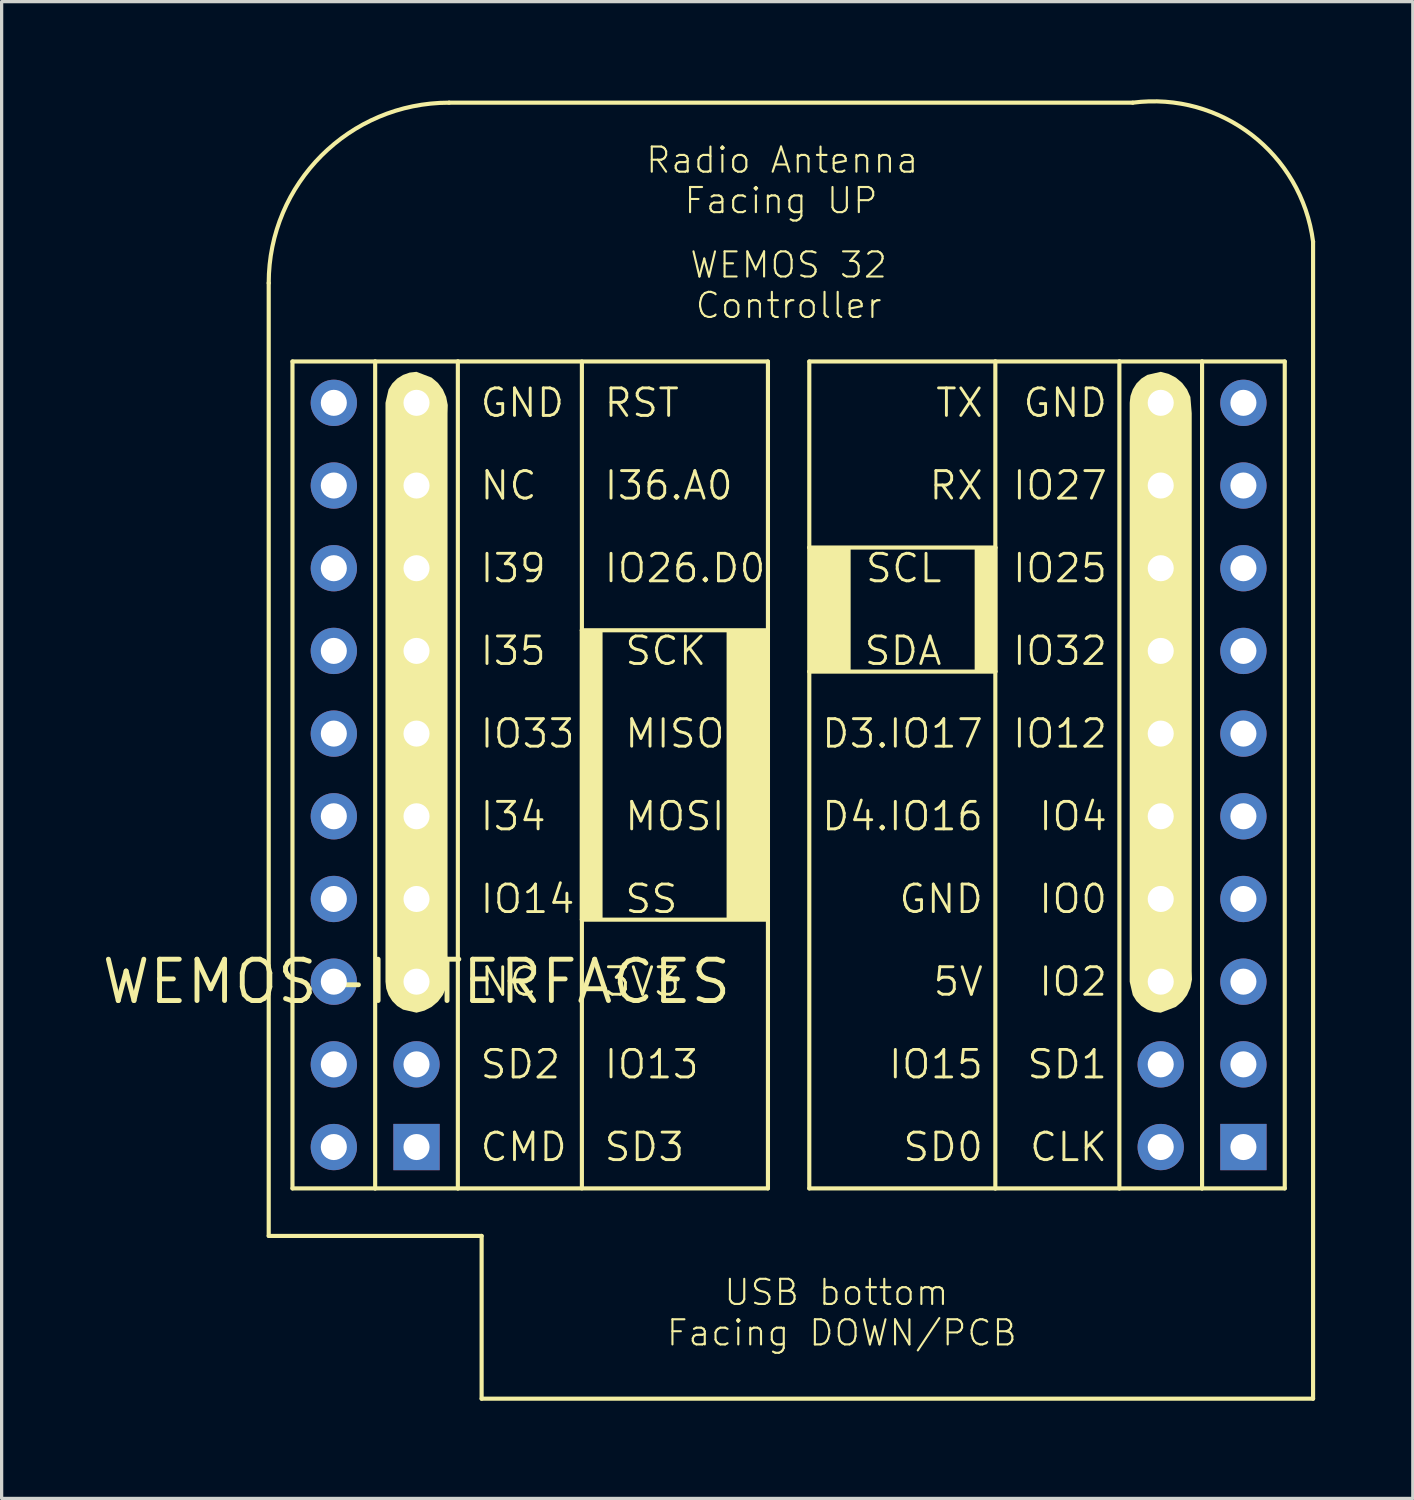
<source format=kicad_pcb>
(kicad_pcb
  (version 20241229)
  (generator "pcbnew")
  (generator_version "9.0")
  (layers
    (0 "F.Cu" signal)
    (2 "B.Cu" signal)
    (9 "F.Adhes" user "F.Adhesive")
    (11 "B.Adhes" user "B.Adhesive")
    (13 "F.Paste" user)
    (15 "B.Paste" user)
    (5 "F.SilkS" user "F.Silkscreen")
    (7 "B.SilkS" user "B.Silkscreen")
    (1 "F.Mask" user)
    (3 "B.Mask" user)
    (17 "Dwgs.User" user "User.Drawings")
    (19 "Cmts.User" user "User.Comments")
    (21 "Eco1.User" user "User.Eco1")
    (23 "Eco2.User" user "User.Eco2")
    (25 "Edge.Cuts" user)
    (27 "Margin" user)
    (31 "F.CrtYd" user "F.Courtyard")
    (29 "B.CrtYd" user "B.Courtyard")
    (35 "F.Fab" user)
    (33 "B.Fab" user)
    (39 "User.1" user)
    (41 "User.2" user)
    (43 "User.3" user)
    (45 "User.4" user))
  (footprint "WEMOS-INTERFACES"
    (layer "F.Cu")
    (at 9.744 27.104)
    (property "Reference" "WEMOS-INTERFACES" (at 0 0 0) (layer "F.SilkS") (effects (font (size 1.27 1.27) (thickness 0.15))))
    (attr through_hole)
    (fp_line (start -4.54 -21.46) (end -4.54 7.81) (stroke (width 0.127) (type solid)) (layer "F.SilkS"))
    (fp_line (start -3.81 -19.05) (end -3.81 6.35) (stroke (width 0.127) (type solid)) (layer "F.SilkS"))
    (fp_line (start -3.81 6.35) (end -1.27 6.35) (stroke (width 0.127) (type solid)) (layer "F.SilkS"))
    (fp_line (start -1.27 -19.05) (end -3.81 -19.05) (stroke (width 0.127) (type solid)) (layer "F.SilkS"))
    (fp_line (start -1.27 -19.05) (end -1.27 6.35) (stroke (width 0.127) (type solid)) (layer "F.SilkS"))
    (fp_line (start -1.27 6.35) (end 1.27 6.35) (stroke (width 0.127) (type solid)) (layer "F.SilkS"))
    (fp_line (start 1.27 -19.05) (end -1.27 -19.05) (stroke (width 0.127) (type solid)) (layer "F.SilkS"))
    (fp_line (start 1.27 -19.05) (end 10.795 -19.05) (stroke (width 0.127) (type solid)) (layer "F.SilkS"))
    (fp_line (start 1.27 6.35) (end 1.27 -19.05) (stroke (width 0.127) (type solid)) (layer "F.SilkS"))
    (fp_line (start 2 7.81) (end -4.54 7.81) (stroke (width 0.127) (type solid)) (layer "F.SilkS"))
    (fp_line (start 2 12.81) (end 2 7.81) (stroke (width 0.127) (type solid)) (layer "F.SilkS"))
    (fp_line (start 2 12.81) (end 27.54 12.81) (stroke (width 0.127) (type solid)) (layer "F.SilkS"))
    (fp_line (start 5.08 -19.05) (end 5.08 -10.795) (stroke (width 0.127) (type solid)) (layer "F.SilkS"))
    (fp_line (start 5.08 -10.795) (end 5.08 -1.905) (stroke (width 0.127) (type solid)) (layer "F.SilkS"))
    (fp_line (start 5.08 -10.795) (end 5.08 6.35) (stroke (width 0.127) (type solid)) (layer "F.SilkS"))
    (fp_line (start 5.08 -1.905) (end 10.795 -1.905) (stroke (width 0.127) (type solid)) (layer "F.SilkS"))
    (fp_line (start 10.795 -19.05) (end 10.795 -10.795) (stroke (width 0.127) (type solid)) (layer "F.SilkS"))
    (fp_line (start 10.795 -10.795) (end 5.08 -10.795) (stroke (width 0.127) (type solid)) (layer "F.SilkS"))
    (fp_line (start 10.795 -10.795) (end 10.795 -1.905) (stroke (width 0.127) (type solid)) (layer "F.SilkS"))
    (fp_line (start 10.795 -1.905) (end 10.795 6.35) (stroke (width 0.127) (type solid)) (layer "F.SilkS"))
    (fp_line (start 10.795 6.35) (end 1.27 6.35) (stroke (width 0.127) (type solid)) (layer "F.SilkS"))
    (fp_line (start 12.065 -19.05) (end 12.065 -13.335) (stroke (width 0.127) (type solid)) (layer "F.SilkS"))
    (fp_line (start 12.065 -13.335) (end 12.065 -9.525) (stroke (width 0.127) (type solid)) (layer "F.SilkS"))
    (fp_line (start 12.065 -13.335) (end 17.78 -13.335) (stroke (width 0.127) (type solid)) (layer "F.SilkS"))
    (fp_line (start 12.065 -9.525) (end 12.065 6.35) (stroke (width 0.127) (type solid)) (layer "F.SilkS"))
    (fp_line (start 12.065 6.35) (end 17.78 6.35) (stroke (width 0.127) (type solid)) (layer "F.SilkS"))
    (fp_line (start 17.78 -19.05) (end 12.065 -19.05) (stroke (width 0.127) (type solid)) (layer "F.SilkS"))
    (fp_line (start 17.78 -19.05) (end 17.78 -13.335) (stroke (width 0.127) (type solid)) (layer "F.SilkS"))
    (fp_line (start 17.78 -13.335) (end 17.78 -9.525) (stroke (width 0.127) (type solid)) (layer "F.SilkS"))
    (fp_line (start 17.78 -13.335) (end 17.78 -9.525) (stroke (width 0.127) (type solid)) (layer "F.SilkS"))
    (fp_line (start 17.78 -9.525) (end 12.065 -9.525) (stroke (width 0.127) (type solid)) (layer "F.SilkS"))
    (fp_line (start 17.78 -9.525) (end 17.78 6.35) (stroke (width 0.127) (type solid)) (layer "F.SilkS"))
    (fp_line (start 17.78 6.35) (end 21.59 6.35) (stroke (width 0.127) (type solid)) (layer "F.SilkS"))
    (fp_line (start 21.59 -19.05) (end 17.78 -19.05) (stroke (width 0.127) (type solid)) (layer "F.SilkS"))
    (fp_line (start 21.59 -19.05) (end 24.13 -19.05) (stroke (width 0.127) (type solid)) (layer "F.SilkS"))
    (fp_line (start 21.59 6.35) (end 21.59 -19.05) (stroke (width 0.127) (type solid)) (layer "F.SilkS"))
    (fp_line (start 22 -27) (end 1 -27) (stroke (width 0.127) (type solid)) (layer "F.SilkS"))
    (fp_line (start 24.13 -19.05) (end 24.13 6.35) (stroke (width 0.127) (type solid)) (layer "F.SilkS"))
    (fp_line (start 24.13 -19.05) (end 26.67 -19.05) (stroke (width 0.127) (type solid)) (layer "F.SilkS"))
    (fp_line (start 24.13 6.35) (end 21.59 6.35) (stroke (width 0.127) (type solid)) (layer "F.SilkS"))
    (fp_line (start 26.67 -19.05) (end 26.67 6.35) (stroke (width 0.127) (type solid)) (layer "F.SilkS"))
    (fp_line (start 26.67 6.35) (end 24.13 6.35) (stroke (width 0.127) (type solid)) (layer "F.SilkS"))
    (fp_line (start 27.54 12.81) (end 27.54 -22.73) (stroke (width 0.127) (type solid)) (layer "F.SilkS"))
    (fp_arc (start -4.54 -21.46) (mid -2.917372 -25.377372) (end 1 -27) (stroke (width 0.127) (type solid)) (layer "F.SilkS"))
    (fp_arc (start 22 -27) (mid 25.654346 -26.012372) (end 27.54 -22.73) (stroke (width 0.127) (type solid)) (layer "F.SilkS"))
    (fp_poly (pts (xy 5.08 -10.795) (xy 5.715 -10.795) (xy 5.715 -1.905) (xy 5.08 -1.905)) (stroke (width 0) (type solid)) (fill yes) (layer "F.SilkS"))
    (fp_poly (pts (xy 9.525 -10.795) (xy 10.795 -10.795) (xy 10.795 -1.905) (xy 9.525 -1.905)) (stroke (width 0) (type solid)) (fill yes) (layer "F.SilkS"))
    (fp_poly (pts (xy 12.065 -13.335) (xy 13.335 -13.335) (xy 13.335 -9.525) (xy 12.065 -9.525)) (stroke (width 0) (type solid)) (fill yes) (layer "F.SilkS"))
    (fp_poly (pts (xy 17.145 -13.335) (xy 17.145 -9.525) (xy 17.78 -9.525) (xy 17.78 -13.335)) (stroke (width 0) (type solid)) (fill yes) (layer "F.SilkS"))
    (fp_poly (pts (xy 0 0.953) (xy 0.243 0.889) (xy 0.466 0.774) (xy 0.658 0.611) (xy 0.809 0.41) (xy 0.911 0.18) (xy 0.953 -0.318) (xy 0.953 -17.462) (xy 0.96 -17.714) (xy 0.911 -17.96) (xy 0.809 -18.19) (xy 0.658 -18.391) (xy 0.466 -18.554) (xy 0 -18.733) (xy -0.212 -18.709) (xy -0.413 -18.638) (xy -0.594 -18.525) (xy -0.745 -18.374) (xy -0.858 -18.193) (xy -0.953 -17.78) (xy -0.953 0) (xy -0.929 0.212) (xy -0.858 0.413) (xy -0.745 0.594) (xy -0.594 0.745) (xy -0.413 0.858)) (stroke (width 0) (type solid)) (fill yes) (layer "F.SilkS"))
    (fp_poly (pts (xy 22.86 -18.733) (xy 23.103 -18.669) (xy 23.326 -18.554) (xy 23.518 -18.391) (xy 23.669 -18.19) (xy 23.771 -17.96) (xy 23.812 -17.462) (xy 23.812 -0.318) (xy 23.82 -0.066) (xy 23.771 0.18) (xy 23.669 0.41) (xy 23.518 0.611) (xy 23.326 0.774) (xy 22.86 0.953) (xy 22.648 0.929) (xy 22.447 0.858) (xy 22.266 0.745) (xy 22.115 0.594) (xy 22.002 0.413) (xy 21.907 0) (xy 21.907 -17.78) (xy 21.931 -17.992) (xy 22.002 -18.193) (xy 22.115 -18.374) (xy 22.266 -18.525) (xy 22.447 -18.638)) (stroke (width 0) (type solid)) (fill yes) (layer "F.SilkS"))
    (fp_text user "IO0" (at 21.273 -2.54 0) (layer "F.SilkS") (effects (font (size 0.845 0.845) (thickness 0.089)) (justify right)))
    (fp_text user "IO26.D0" (at 5.715 -12.7 0) (layer "F.SilkS") (effects (font (size 0.845 0.845) (thickness 0.089)) (justify left)))
    (fp_text user "CMD" (at 1.905 5.08 0) (layer "F.SilkS") (effects (font (size 0.845 0.845) (thickness 0.089)) (justify left)))
    (fp_text user "   USB bottom\nFacing DOWN/PCB" (at 7.635 11.24 0) (layer "F.SilkS") (effects (font (size 0.772 0.772) (thickness 0.065)) (justify left bottom)))
    (fp_text user "I34" (at 1.905 -5.08 0) (layer "F.SilkS") (effects (font (size 0.845 0.845) (thickness 0.089)) (justify left)))
    (fp_text user "SD3" (at 5.715 5.08 0) (layer "F.SilkS") (effects (font (size 0.845 0.845) (thickness 0.089)) (justify left)))
    (fp_text user "IO4" (at 21.273 -5.08 0) (layer "F.SilkS") (effects (font (size 0.845 0.845) (thickness 0.089)) (justify right)))
    (fp_text user "CLK" (at 21.273 5.08 0) (layer "F.SilkS") (effects (font (size 0.845 0.845) (thickness 0.089)) (justify right)))
    (fp_text user "GND" (at 1.905 -17.78 0) (layer "F.SilkS") (effects (font (size 0.845 0.845) (thickness 0.089)) (justify left)))
    (fp_text user "IO12" (at 21.273 -7.62 0) (layer "F.SilkS") (effects (font (size 0.845 0.845) (thickness 0.089)) (justify right)))
    (fp_text user "GND" (at 21.273 -17.78 0) (layer "F.SilkS") (effects (font (size 0.845 0.845) (thickness 0.089)) (justify right)))
    (fp_text user "SD2" (at 1.905 2.54 0) (layer "F.SilkS") (effects (font (size 0.845 0.845) (thickness 0.089)) (justify left)))
    (fp_text user "NC" (at 1.905 -15.24 0) (layer "F.SilkS") (effects (font (size 0.845 0.845) (thickness 0.089)) (justify left)))
    (fp_text user "IO15" (at 17.462 2.54 0) (layer "F.SilkS") (effects (font (size 0.845 0.845) (thickness 0.089)) (justify right)))
    (fp_text user "5V" (at 17.462 0 0) (layer "F.SilkS") (effects (font (size 0.845 0.845) (thickness 0.089)) (justify right)))
    (fp_text user "Radio Antenna\n  Facing UP" (at 7 -23.54 0) (layer "F.SilkS") (effects (font (size 0.772 0.772) (thickness 0.065)) (justify left bottom)))
    (fp_text user "I35" (at 1.905 -10.16 0) (layer "F.SilkS") (effects (font (size 0.845 0.845) (thickness 0.089)) (justify left)))
    (fp_text user "MISO" (at 6.35 -7.62 0) (layer "F.SilkS") (effects (font (size 0.845 0.845) (thickness 0.089)) (justify left)))
    (fp_text user "RX" (at 17.462 -15.24 0) (layer "F.SilkS") (effects (font (size 0.845 0.845) (thickness 0.089)) (justify right)))
    (fp_text user "MOSI" (at 6.35 -5.08 0) (layer "F.SilkS") (effects (font (size 0.845 0.845) (thickness 0.089)) (justify left)))
    (fp_text user "D3.IO17" (at 17.462 -7.62 0) (layer "F.SilkS") (effects (font (size 0.845 0.845) (thickness 0.089)) (justify right)))
    (fp_text user "IO25" (at 21.273 -12.7 0) (layer "F.SilkS") (effects (font (size 0.845 0.845) (thickness 0.089)) (justify right)))
    (fp_text user "IO14" (at 1.905 -2.54 0) (layer "F.SilkS") (effects (font (size 0.845 0.845) (thickness 0.089)) (justify left)))
    (fp_text user "SS" (at 6.35 -2.54 0) (layer "F.SilkS") (effects (font (size 0.845 0.845) (thickness 0.089)) (justify left)))
    (fp_text user "WEMOS 32\nController" (at 11.43 -20.32 0) (layer "F.SilkS") (effects (font (size 0.772 0.772) (thickness 0.065)) (justify bottom)))
    (fp_text user "NC" (at 1.905 0 0) (layer "F.SilkS") (effects (font (size 0.845 0.845) (thickness 0.089)) (justify left)))
    (fp_text user "I36.A0" (at 5.715 -15.24 0) (layer "F.SilkS") (effects (font (size 0.845 0.845) (thickness 0.089)) (justify left)))
    (fp_text user "I39" (at 1.905 -12.7 0) (layer "F.SilkS") (effects (font (size 0.845 0.845) (thickness 0.089)) (justify left)))
    (fp_text user "IO33" (at 1.905 -7.62 0) (layer "F.SilkS") (effects (font (size 0.845 0.845) (thickness 0.089)) (justify left)))
    (fp_text user "D4.IO16" (at 17.462 -5.08 0) (layer "F.SilkS") (effects (font (size 0.845 0.845) (thickness 0.089)) (justify right)))
    (fp_text user "TX" (at 17.462 -17.78 0) (layer "F.SilkS") (effects (font (size 0.845 0.845) (thickness 0.089)) (justify right)))
    (fp_text user "3V3" (at 5.715 0 0) (layer "F.SilkS") (effects (font (size 0.845 0.845) (thickness 0.089)) (justify left)))
    (fp_text user "IO27" (at 21.273 -15.24 0) (layer "F.SilkS") (effects (font (size 0.845 0.845) (thickness 0.089)) (justify right)))
    (fp_text user "SD1" (at 21.273 2.54 0) (layer "F.SilkS") (effects (font (size 0.845 0.845) (thickness 0.089)) (justify right)))
    (fp_text user "IO13" (at 5.715 2.54 0) (layer "F.SilkS") (effects (font (size 0.845 0.845) (thickness 0.089)) (justify left)))
    (fp_text user "RST" (at 5.715 -17.78 0) (layer "F.SilkS") (effects (font (size 0.845 0.845) (thickness 0.089)) (justify left)))
    (fp_text user "SCL" (at 16.192 -12.7 0) (layer "F.SilkS") (effects (font (size 0.845 0.845) (thickness 0.089)) (justify right)))
    (fp_text user "SD0" (at 17.462 5.08 0) (layer "F.SilkS") (effects (font (size 0.845 0.845) (thickness 0.089)) (justify right)))
    (fp_text user "IO2" (at 21.273 0 0) (layer "F.SilkS") (effects (font (size 0.845 0.845) (thickness 0.089)) (justify right)))
    (fp_text user "GND" (at 17.462 -2.54 0) (layer "F.SilkS") (effects (font (size 0.845 0.845) (thickness 0.089)) (justify right)))
    (fp_text user "SCK" (at 6.35 -10.16 0) (layer "F.SilkS") (effects (font (size 0.845 0.845) (thickness 0.089)) (justify left)))
    (fp_text user "SDA" (at 16.192 -10.16 0) (layer "F.SilkS") (effects (font (size 0.845 0.845) (thickness 0.089)) (justify right)))
    (fp_text user "IO32" (at 21.273 -10.16 0) (layer "F.SilkS") (effects (font (size 0.845 0.845) (thickness 0.089)) (justify right)))
    (pad "3V3" thru_hole circle (at 0 0) (size 1.422 1.422) (drill 0.8) (layers "*.Cu" "*.Mask"))
    (pad "5V" thru_hole circle (at 22.86 0) (size 1.422 1.422) (drill 0.8) (layers "*.Cu" "*.Mask"))
    (pad "CLK" thru_hole rect (at 25.4 5.08) (size 1.422 1.422) (drill 0.8) (layers "*.Cu" "*.Mask"))
    (pad "CMD" thru_hole circle (at -2.54 5.08) (size 1.422 1.422) (drill 0.8) (layers "*.Cu" "*.Mask"))
    (pad "GND" thru_hole circle (at 22.86 -2.54) (size 1.422 1.422) (drill 0.8) (layers "*.Cu" "*.Mask"))
    (pad "GND2" thru_hole circle (at -2.54 -17.78) (size 1.422 1.422) (drill 0.8) (layers "*.Cu" "*.Mask"))
    (pad "GND3" thru_hole circle (at 25.4 -17.78) (size 1.422 1.422) (drill 0.8) (layers "*.Cu" "*.Mask"))
    (pad "I34" thru_hole circle (at -2.54 -5.08) (size 1.422 1.422) (drill 0.8) (layers "*.Cu" "*.Mask"))
    (pad "I35" thru_hole circle (at -2.54 -10.16) (size 1.422 1.422) (drill 0.8) (layers "*.Cu" "*.Mask"))
    (pad "I36" thru_hole circle (at 0 -15.24) (size 1.422 1.422) (drill 0.8) (layers "*.Cu" "*.Mask"))
    (pad "I39" thru_hole circle (at -2.54 -12.7) (size 1.422 1.422) (drill 0.8) (layers "*.Cu" "*.Mask"))
    (pad "IO0" thru_hole circle (at 25.4 -2.54) (size 1.422 1.422) (drill 0.8) (layers "*.Cu" "*.Mask"))
    (pad "IO2" thru_hole circle (at 25.4 0) (size 1.422 1.422) (drill 0.8) (layers "*.Cu" "*.Mask"))
    (pad "IO4" thru_hole circle (at 25.4 -5.08) (size 1.422 1.422) (drill 0.8) (layers "*.Cu" "*.Mask"))
    (pad "IO5" thru_hole circle (at 0 -2.54) (size 1.422 1.422) (drill 0.8) (layers "*.Cu" "*.Mask"))
    (pad "IO12" thru_hole circle (at 25.4 -7.62) (size 1.422 1.422) (drill 0.8) (layers "*.Cu" "*.Mask"))
    (pad "IO13" thru_hole circle (at 0 2.54) (size 1.422 1.422) (drill 0.8) (layers "*.Cu" "*.Mask"))
    (pad "IO14" thru_hole circle (at -2.54 -2.54) (size 1.422 1.422) (drill 0.8) (layers "*.Cu" "*.Mask"))
    (pad "IO15" thru_hole circle (at 22.86 2.54) (size 1.422 1.422) (drill 0.8) (layers "*.Cu" "*.Mask"))
    (pad "IO16" thru_hole circle (at 22.86 -5.08) (size 1.422 1.422) (drill 0.8) (layers "*.Cu" "*.Mask"))
    (pad "IO17" thru_hole circle (at 22.86 -7.62) (size 1.422 1.422) (drill 0.8) (layers "*.Cu" "*.Mask"))
    (pad "IO18" thru_hole circle (at 0 -10.16) (size 1.422 1.422) (drill 0.8) (layers "*.Cu" "*.Mask"))
    (pad "IO19" thru_hole circle (at 0 -7.62) (size 1.422 1.422) (drill 0.8) (layers "*.Cu" "*.Mask"))
    (pad "IO21" thru_hole circle (at 22.86 -10.16) (size 1.422 1.422) (drill 0.8) (layers "*.Cu" "*.Mask"))
    (pad "IO22" thru_hole circle (at 22.86 -12.7) (size 1.422 1.422) (drill 0.8) (layers "*.Cu" "*.Mask"))
    (pad "IO23" thru_hole circle (at 0 -5.08) (size 1.422 1.422) (drill 0.8) (layers "*.Cu" "*.Mask"))
    (pad "IO25" thru_hole circle (at 25.4 -12.7) (size 1.422 1.422) (drill 0.8) (layers "*.Cu" "*.Mask"))
    (pad "IO26" thru_hole circle (at 0 -12.7) (size 1.422 1.422) (drill 0.8) (layers "*.Cu" "*.Mask"))
    (pad "IO27" thru_hole circle (at 25.4 -15.24) (size 1.422 1.422) (drill 0.8) (layers "*.Cu" "*.Mask"))
    (pad "IO32" thru_hole circle (at 25.4 -10.16) (size 1.422 1.422) (drill 0.8) (layers "*.Cu" "*.Mask"))
    (pad "IO33" thru_hole circle (at -2.54 -7.62) (size 1.422 1.422) (drill 0.8) (layers "*.Cu" "*.Mask"))
    (pad "NC" thru_hole circle (at -2.54 -15.24) (size 1.422 1.422) (drill 0.8) (layers "*.Cu" "*.Mask"))
    (pad "NC2" thru_hole circle (at -2.54 0) (size 1.422 1.422) (drill 0.8) (layers "*.Cu" "*.Mask"))
    (pad "RST" thru_hole circle (at 0 -17.78) (size 1.422 1.422) (drill 0.8) (layers "*.Cu" "*.Mask"))
    (pad "RX" thru_hole circle (at 22.86 -15.24) (size 1.422 1.422) (drill 0.8) (layers "*.Cu" "*.Mask"))
    (pad "SD0" thru_hole circle (at 22.86 5.08) (size 1.422 1.422) (drill 0.8) (layers "*.Cu" "*.Mask"))
    (pad "SD1" thru_hole circle (at 25.4 2.54) (size 1.422 1.422) (drill 0.8) (layers "*.Cu" "*.Mask"))
    (pad "SD2" thru_hole circle (at -2.54 2.54) (size 1.422 1.422) (drill 0.8) (layers "*.Cu" "*.Mask"))
    (pad "SD3" thru_hole rect (at 0 5.08) (size 1.422 1.422) (drill 0.8) (layers "*.Cu" "*.Mask"))
    (pad "TX" thru_hole circle (at 22.86 -17.78) (size 1.422 1.422) (drill 0.8) (layers "*.Cu" "*.Mask")))
  (gr_rect
    (start -3 -3)
    (end 40.347 42.978)
    (stroke (width 0.1) (type default))
    (fill no)
    (layer "Edge.Cuts")))
</source>
